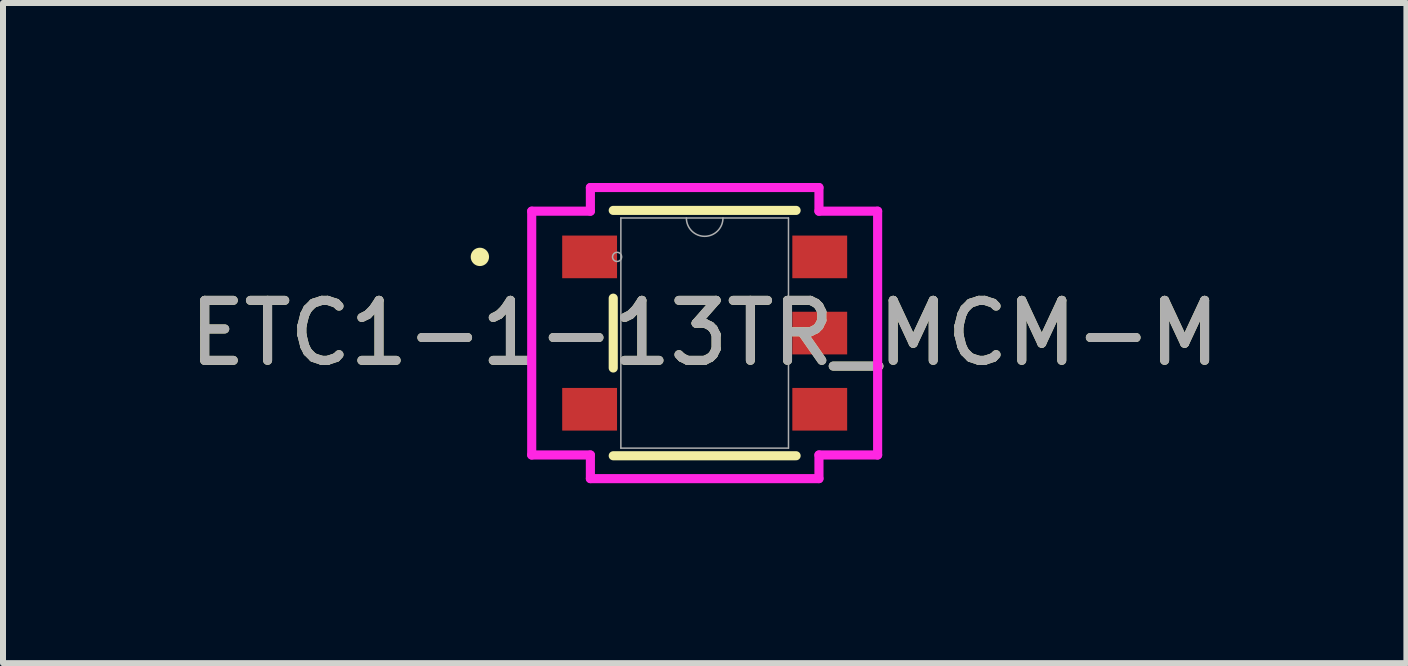
<source format=kicad_pcb>
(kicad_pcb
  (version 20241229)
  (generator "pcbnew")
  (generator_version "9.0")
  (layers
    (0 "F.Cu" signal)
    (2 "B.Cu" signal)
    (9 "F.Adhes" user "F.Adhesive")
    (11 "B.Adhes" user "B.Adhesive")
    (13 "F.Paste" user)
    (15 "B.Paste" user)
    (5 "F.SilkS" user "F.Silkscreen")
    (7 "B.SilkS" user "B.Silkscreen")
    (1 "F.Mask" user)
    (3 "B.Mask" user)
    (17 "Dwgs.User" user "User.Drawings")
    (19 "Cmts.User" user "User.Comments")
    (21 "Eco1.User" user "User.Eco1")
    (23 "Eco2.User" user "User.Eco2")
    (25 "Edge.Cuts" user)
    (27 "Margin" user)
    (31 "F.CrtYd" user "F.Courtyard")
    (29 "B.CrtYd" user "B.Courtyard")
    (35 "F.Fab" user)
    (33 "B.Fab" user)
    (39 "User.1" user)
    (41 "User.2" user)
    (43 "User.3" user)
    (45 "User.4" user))
  (footprint "ETC1-1-13TR_MCM-M"
    (layer "F.Cu")
    (at 8.696 2.502)
    (property "Reference" "ETC1-1-13TR_MCM-M" (at 0 0 0) (unlocked yes) (layer "F.SilkS") (effects (font (size 1 1) (thickness 0.15))))
    (attr smd)
    (fp_line (start -1.524 -0.582) (end -1.524 0.582) (stroke (width 0.152) (type solid)) (layer "F.SilkS"))
    (fp_line (start -1.524 2.045) (end 1.524 2.045) (stroke (width 0.152) (type solid)) (layer "F.SilkS"))
    (fp_line (start 1.524 -2.045) (end -1.524 -2.045) (stroke (width 0.152) (type solid)) (layer "F.SilkS"))
    (fp_circle (center -3.747 -1.27) (end -3.67 -1.27) (stroke (width 0.152) (type solid)) (fill no) (layer "F.SilkS"))
    (fp_line (start -2.883 -2.032) (end -1.905 -2.032) (stroke (width 0.152) (type solid)) (layer "F.CrtYd"))
    (fp_line (start -2.883 2.032) (end -2.883 -2.032) (stroke (width 0.152) (type solid)) (layer "F.CrtYd"))
    (fp_line (start -1.905 -2.426) (end 1.905 -2.426) (stroke (width 0.152) (type solid)) (layer "F.CrtYd"))
    (fp_line (start -1.905 -2.032) (end -1.905 -2.426) (stroke (width 0.152) (type solid)) (layer "F.CrtYd"))
    (fp_line (start -1.905 2.032) (end -2.883 2.032) (stroke (width 0.152) (type solid)) (layer "F.CrtYd"))
    (fp_line (start -1.905 2.426) (end -1.905 2.032) (stroke (width 0.152) (type solid)) (layer "F.CrtYd"))
    (fp_line (start 1.905 -2.426) (end 1.905 -2.032) (stroke (width 0.152) (type solid)) (layer "F.CrtYd"))
    (fp_line (start 1.905 -2.032) (end 2.883 -2.032) (stroke (width 0.152) (type solid)) (layer "F.CrtYd"))
    (fp_line (start 1.905 2.032) (end 1.905 2.426) (stroke (width 0.152) (type solid)) (layer "F.CrtYd"))
    (fp_line (start 1.905 2.426) (end -1.905 2.426) (stroke (width 0.152) (type solid)) (layer "F.CrtYd"))
    (fp_line (start 2.883 -2.032) (end 2.883 2.032) (stroke (width 0.152) (type solid)) (layer "F.CrtYd"))
    (fp_line (start 2.883 2.032) (end 1.905 2.032) (stroke (width 0.152) (type solid)) (layer "F.CrtYd"))
    (fp_line (start -1.397 -1.918) (end -1.397 1.918) (stroke (width 0.025) (type solid)) (layer "F.Fab"))
    (fp_line (start -1.397 1.918) (end 1.397 1.918) (stroke (width 0.025) (type solid)) (layer "F.Fab"))
    (fp_line (start 1.397 -1.918) (end -1.397 -1.918) (stroke (width 0.025) (type solid)) (layer "F.Fab"))
    (fp_line (start 1.397 1.918) (end 1.397 -1.918) (stroke (width 0.025) (type solid)) (layer "F.Fab"))
    (fp_arc (start 0.3048 -1.9177) (mid 0 -1.6129) (end -0.3048 -1.9177) (stroke (width 0.0254) (type solid)) (layer "F.Fab"))
    (fp_circle (center -1.46 -1.27) (end -1.384 -1.27) (stroke (width 0.025) (type solid)) (fill no) (layer "F.Fab"))
    (fp_text user "${REFERENCE}" (at 0 0 0) (unlocked yes) (layer "F.Fab") (effects (font (size 1 1) (thickness 0.15))))
    (pad "1" smd rect (at -1.918 -1.27) (size 0.914 0.711) (layers "F.Cu" "F.Mask" "F.Paste"))
    (pad "2" smd rect (at -1.918 1.27) (size 0.914 0.711) (layers "F.Cu" "F.Mask" "F.Paste"))
    (pad "3" smd rect (at 1.918 1.27) (size 0.914 0.711) (layers "F.Cu" "F.Mask" "F.Paste"))
    (pad "4" smd rect (at 1.918 0) (size 0.914 0.711) (layers "F.Cu" "F.Mask" "F.Paste"))
    (pad "5" smd rect (at 1.918 -1.27) (size 0.914 0.711) (layers "F.Cu" "F.Mask" "F.Paste")))
  (gr_rect
    (start -3 -3)
    (end 20.393 8.004)
    (stroke (width 0.1) (type default))
    (fill no)
    (layer "Edge.Cuts")))
</source>
